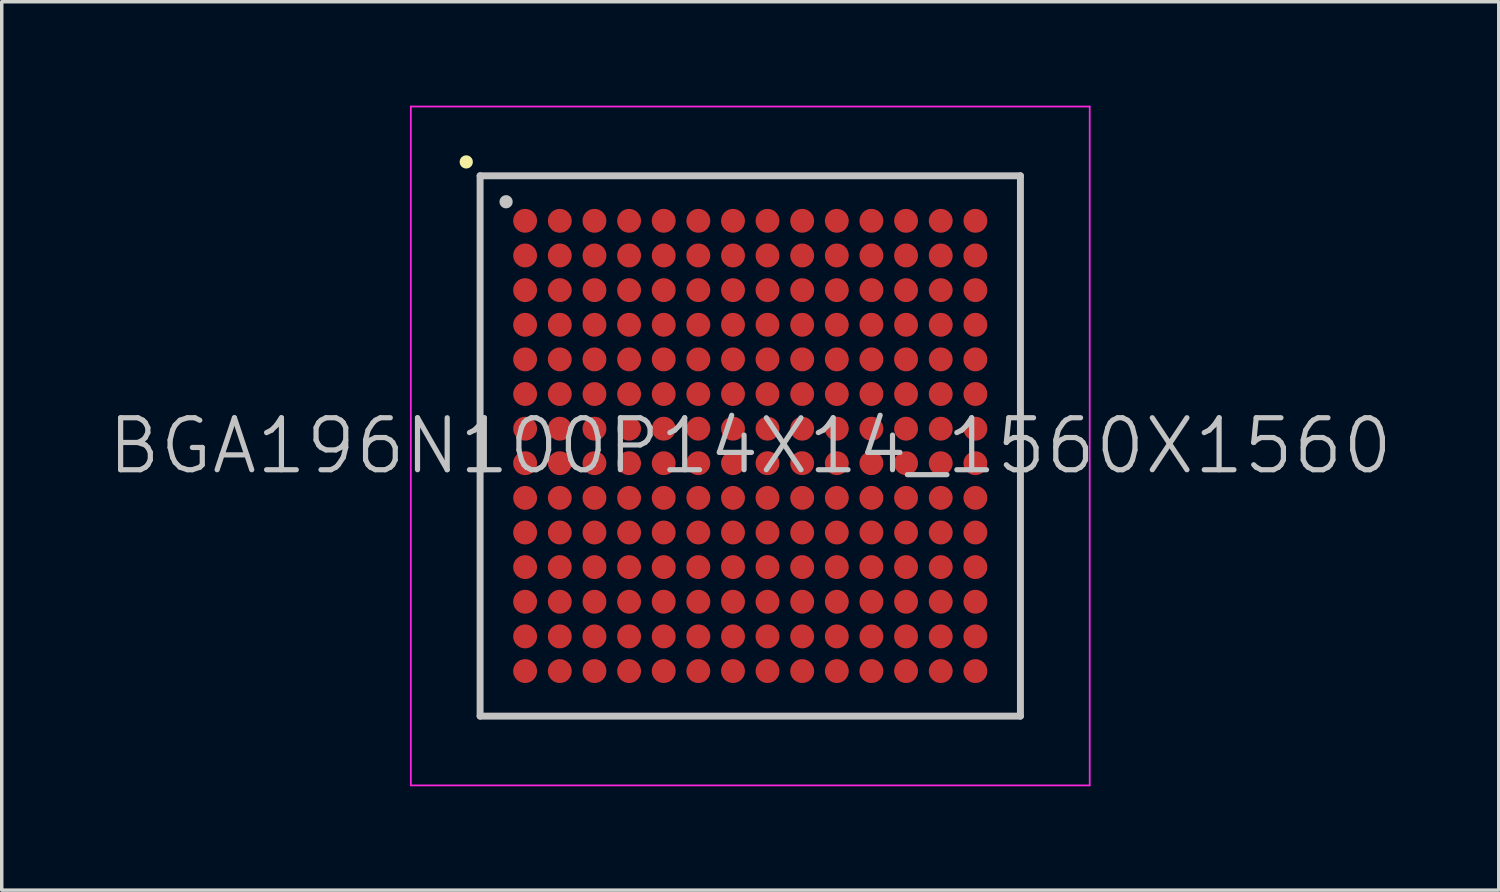
<source format=kicad_pcb>
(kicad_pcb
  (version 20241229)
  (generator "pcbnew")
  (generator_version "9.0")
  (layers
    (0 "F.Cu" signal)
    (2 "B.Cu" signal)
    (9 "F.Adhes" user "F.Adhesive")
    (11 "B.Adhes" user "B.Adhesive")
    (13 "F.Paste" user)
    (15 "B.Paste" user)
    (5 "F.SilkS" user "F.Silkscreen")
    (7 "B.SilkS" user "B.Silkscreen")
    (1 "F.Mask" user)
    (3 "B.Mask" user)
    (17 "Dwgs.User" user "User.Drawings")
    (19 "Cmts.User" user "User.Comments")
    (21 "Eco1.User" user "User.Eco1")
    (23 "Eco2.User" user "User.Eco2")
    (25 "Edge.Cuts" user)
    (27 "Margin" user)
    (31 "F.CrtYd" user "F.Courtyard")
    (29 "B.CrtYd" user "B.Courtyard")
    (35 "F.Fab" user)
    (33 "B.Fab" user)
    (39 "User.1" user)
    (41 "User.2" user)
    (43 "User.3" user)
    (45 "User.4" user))
  (footprint "BGA196N100P14X14_1560X1560"
    (layer "F.Cu")
    (at 18.611 9.825)
    (property "Reference" "BGA196N100P14X14_1560X1560" (at 0 0 0) (layer "Dwgs.User") (effects (font (size 1.5 1.5) (thickness 0.15))))
    (attr smd)
    (fp_line (start -8.2 -8.2) (end -8.2 -8.2) (stroke (width 0.381) (type solid)) (layer "F.SilkS"))
    (fp_line (start -7.8 -7.8) (end -7.8 7.8) (stroke (width 0.2) (type solid)) (layer "Dwgs.User"))
    (fp_line (start -7.8 -7.8) (end 7.8 -7.8) (stroke (width 0.2) (type solid)) (layer "Dwgs.User"))
    (fp_line (start -7.8 7.8) (end 7.8 7.8) (stroke (width 0.2) (type solid)) (layer "Dwgs.User"))
    (fp_line (start -7.05 -7.05) (end -7.05 -7.05) (stroke (width 0.381) (type solid)) (layer "Dwgs.User"))
    (fp_line (start 7.8 -7.8) (end 7.8 7.8) (stroke (width 0.2) (type solid)) (layer "Dwgs.User"))
    (fp_line (start -9.8 -9.8) (end -9.8 9.8) (stroke (width 0.05) (type solid)) (layer "F.CrtYd"))
    (fp_line (start -9.8 -9.8) (end 9.8 -9.8) (stroke (width 0.05) (type solid)) (layer "F.CrtYd"))
    (fp_line (start -9.8 9.8) (end 9.8 9.8) (stroke (width 0.05) (type solid)) (layer "F.CrtYd"))
    (fp_line (start 9.8 -9.8) (end 9.8 9.8) (stroke (width 0.05) (type solid)) (layer "F.CrtYd"))
    (pad "A1" smd circle (at -6.5 -6.5 270) (size 0.69 0.69) (layers "F.Cu" "F.Mask" "F.Paste"))
    (pad "A2" smd circle (at -5.499 -6.5 270) (size 0.69 0.69) (layers "F.Cu" "F.Mask" "F.Paste"))
    (pad "A3" smd circle (at -4.498 -6.5 270) (size 0.69 0.69) (layers "F.Cu" "F.Mask" "F.Paste"))
    (pad "A4" smd circle (at -3.498 -6.5 270) (size 0.69 0.69) (layers "F.Cu" "F.Mask" "F.Paste"))
    (pad "A5" smd circle (at -2.499 -6.5 270) (size 0.69 0.69) (layers "F.Cu" "F.Mask" "F.Paste"))
    (pad "A6" smd circle (at -1.499 -6.5 270) (size 0.69 0.69) (layers "F.Cu" "F.Mask" "F.Paste"))
    (pad "A7" smd circle (at -0.498 -6.5 270) (size 0.69 0.69) (layers "F.Cu" "F.Mask" "F.Paste"))
    (pad "A8" smd circle (at 0.498 -6.5 270) (size 0.69 0.69) (layers "F.Cu" "F.Mask" "F.Paste"))
    (pad "A9" smd circle (at 1.499 -6.5 270) (size 0.69 0.69) (layers "F.Cu" "F.Mask" "F.Paste"))
    (pad "A10" smd circle (at 2.499 -6.5 270) (size 0.69 0.69) (layers "F.Cu" "F.Mask" "F.Paste"))
    (pad "A11" smd circle (at 3.498 -6.5 270) (size 0.69 0.69) (layers "F.Cu" "F.Mask" "F.Paste"))
    (pad "A12" smd circle (at 4.498 -6.5 270) (size 0.69 0.69) (layers "F.Cu" "F.Mask" "F.Paste"))
    (pad "A13" smd circle (at 5.499 -6.5 270) (size 0.69 0.69) (layers "F.Cu" "F.Mask" "F.Paste"))
    (pad "A14" smd circle (at 6.5 -6.5 270) (size 0.69 0.69) (layers "F.Cu" "F.Mask" "F.Paste"))
    (pad "B1" smd circle (at -6.5 -5.499 270) (size 0.69 0.69) (layers "F.Cu" "F.Mask" "F.Paste"))
    (pad "B2" smd circle (at -5.499 -5.499 270) (size 0.69 0.69) (layers "F.Cu" "F.Mask" "F.Paste"))
    (pad "B3" smd circle (at -4.498 -5.499 270) (size 0.69 0.69) (layers "F.Cu" "F.Mask" "F.Paste"))
    (pad "B4" smd circle (at -3.498 -5.499 270) (size 0.69 0.69) (layers "F.Cu" "F.Mask" "F.Paste"))
    (pad "B5" smd circle (at -2.499 -5.499 270) (size 0.69 0.69) (layers "F.Cu" "F.Mask" "F.Paste"))
    (pad "B6" smd circle (at -1.499 -5.499 270) (size 0.69 0.69) (layers "F.Cu" "F.Mask" "F.Paste"))
    (pad "B7" smd circle (at -0.498 -5.499 270) (size 0.69 0.69) (layers "F.Cu" "F.Mask" "F.Paste"))
    (pad "B8" smd circle (at 0.498 -5.499 270) (size 0.69 0.69) (layers "F.Cu" "F.Mask" "F.Paste"))
    (pad "B9" smd circle (at 1.499 -5.499 270) (size 0.69 0.69) (layers "F.Cu" "F.Mask" "F.Paste"))
    (pad "B10" smd circle (at 2.499 -5.499 270) (size 0.69 0.69) (layers "F.Cu" "F.Mask" "F.Paste"))
    (pad "B11" smd circle (at 3.498 -5.499 270) (size 0.69 0.69) (layers "F.Cu" "F.Mask" "F.Paste"))
    (pad "B12" smd circle (at 4.498 -5.499 270) (size 0.69 0.69) (layers "F.Cu" "F.Mask" "F.Paste"))
    (pad "B13" smd circle (at 5.499 -5.499 270) (size 0.69 0.69) (layers "F.Cu" "F.Mask" "F.Paste"))
    (pad "B14" smd circle (at 6.5 -5.499 270) (size 0.69 0.69) (layers "F.Cu" "F.Mask" "F.Paste"))
    (pad "C1" smd circle (at -6.5 -4.498 270) (size 0.69 0.69) (layers "F.Cu" "F.Mask" "F.Paste"))
    (pad "C2" smd circle (at -5.499 -4.498 270) (size 0.69 0.69) (layers "F.Cu" "F.Mask" "F.Paste"))
    (pad "C3" smd circle (at -4.498 -4.498 270) (size 0.69 0.69) (layers "F.Cu" "F.Mask" "F.Paste"))
    (pad "C4" smd circle (at -3.498 -4.498 270) (size 0.69 0.69) (layers "F.Cu" "F.Mask" "F.Paste"))
    (pad "C5" smd circle (at -2.499 -4.498 270) (size 0.69 0.69) (layers "F.Cu" "F.Mask" "F.Paste"))
    (pad "C6" smd circle (at -1.499 -4.498 270) (size 0.69 0.69) (layers "F.Cu" "F.Mask" "F.Paste"))
    (pad "C7" smd circle (at -0.498 -4.498 270) (size 0.69 0.69) (layers "F.Cu" "F.Mask" "F.Paste"))
    (pad "C8" smd circle (at 0.498 -4.498 270) (size 0.69 0.69) (layers "F.Cu" "F.Mask" "F.Paste"))
    (pad "C9" smd circle (at 1.499 -4.498 270) (size 0.69 0.69) (layers "F.Cu" "F.Mask" "F.Paste"))
    (pad "C10" smd circle (at 2.499 -4.498 270) (size 0.69 0.69) (layers "F.Cu" "F.Mask" "F.Paste"))
    (pad "C11" smd circle (at 3.498 -4.498 270) (size 0.69 0.69) (layers "F.Cu" "F.Mask" "F.Paste"))
    (pad "C12" smd circle (at 4.498 -4.498 270) (size 0.69 0.69) (layers "F.Cu" "F.Mask" "F.Paste"))
    (pad "C13" smd circle (at 5.499 -4.498 270) (size 0.69 0.69) (layers "F.Cu" "F.Mask" "F.Paste"))
    (pad "C14" smd circle (at 6.5 -4.498 270) (size 0.69 0.69) (layers "F.Cu" "F.Mask" "F.Paste"))
    (pad "D1" smd circle (at -6.5 -3.498 270) (size 0.69 0.69) (layers "F.Cu" "F.Mask" "F.Paste"))
    (pad "D2" smd circle (at -5.499 -3.498 270) (size 0.69 0.69) (layers "F.Cu" "F.Mask" "F.Paste"))
    (pad "D3" smd circle (at -4.498 -3.498 270) (size 0.69 0.69) (layers "F.Cu" "F.Mask" "F.Paste"))
    (pad "D4" smd circle (at -3.498 -3.498 270) (size 0.69 0.69) (layers "F.Cu" "F.Mask" "F.Paste"))
    (pad "D5" smd circle (at -2.499 -3.498 270) (size 0.69 0.69) (layers "F.Cu" "F.Mask" "F.Paste"))
    (pad "D6" smd circle (at -1.499 -3.498 270) (size 0.69 0.69) (layers "F.Cu" "F.Mask" "F.Paste"))
    (pad "D7" smd circle (at -0.498 -3.498 270) (size 0.69 0.69) (layers "F.Cu" "F.Mask" "F.Paste"))
    (pad "D8" smd circle (at 0.498 -3.498 270) (size 0.69 0.69) (layers "F.Cu" "F.Mask" "F.Paste"))
    (pad "D9" smd circle (at 1.499 -3.498 270) (size 0.69 0.69) (layers "F.Cu" "F.Mask" "F.Paste"))
    (pad "D10" smd circle (at 2.499 -3.498 270) (size 0.69 0.69) (layers "F.Cu" "F.Mask" "F.Paste"))
    (pad "D11" smd circle (at 3.498 -3.498 270) (size 0.69 0.69) (layers "F.Cu" "F.Mask" "F.Paste"))
    (pad "D12" smd circle (at 4.498 -3.498 270) (size 0.69 0.69) (layers "F.Cu" "F.Mask" "F.Paste"))
    (pad "D13" smd circle (at 5.499 -3.498 270) (size 0.69 0.69) (layers "F.Cu" "F.Mask" "F.Paste"))
    (pad "D14" smd circle (at 6.5 -3.498 270) (size 0.69 0.69) (layers "F.Cu" "F.Mask" "F.Paste"))
    (pad "E1" smd circle (at -6.5 -2.499 270) (size 0.69 0.69) (layers "F.Cu" "F.Mask" "F.Paste"))
    (pad "E2" smd circle (at -5.499 -2.499 270) (size 0.69 0.69) (layers "F.Cu" "F.Mask" "F.Paste"))
    (pad "E3" smd circle (at -4.498 -2.499 270) (size 0.69 0.69) (layers "F.Cu" "F.Mask" "F.Paste"))
    (pad "E4" smd circle (at -3.498 -2.499 270) (size 0.69 0.69) (layers "F.Cu" "F.Mask" "F.Paste"))
    (pad "E5" smd circle (at -2.499 -2.499 270) (size 0.69 0.69) (layers "F.Cu" "F.Mask" "F.Paste"))
    (pad "E6" smd circle (at -1.499 -2.499 270) (size 0.69 0.69) (layers "F.Cu" "F.Mask" "F.Paste"))
    (pad "E7" smd circle (at -0.498 -2.499 270) (size 0.69 0.69) (layers "F.Cu" "F.Mask" "F.Paste"))
    (pad "E8" smd circle (at 0.498 -2.499 270) (size 0.69 0.69) (layers "F.Cu" "F.Mask" "F.Paste"))
    (pad "E9" smd circle (at 1.499 -2.499 270) (size 0.69 0.69) (layers "F.Cu" "F.Mask" "F.Paste"))
    (pad "E10" smd circle (at 2.499 -2.499 270) (size 0.69 0.69) (layers "F.Cu" "F.Mask" "F.Paste"))
    (pad "E11" smd circle (at 3.498 -2.499 270) (size 0.69 0.69) (layers "F.Cu" "F.Mask" "F.Paste"))
    (pad "E12" smd circle (at 4.498 -2.499 270) (size 0.69 0.69) (layers "F.Cu" "F.Mask" "F.Paste"))
    (pad "E13" smd circle (at 5.499 -2.499 270) (size 0.69 0.69) (layers "F.Cu" "F.Mask" "F.Paste"))
    (pad "E14" smd circle (at 6.5 -2.499 270) (size 0.69 0.69) (layers "F.Cu" "F.Mask" "F.Paste"))
    (pad "F1" smd circle (at -6.5 -1.499 270) (size 0.69 0.69) (layers "F.Cu" "F.Mask" "F.Paste"))
    (pad "F2" smd circle (at -5.499 -1.499 270) (size 0.69 0.69) (layers "F.Cu" "F.Mask" "F.Paste"))
    (pad "F3" smd circle (at -4.498 -1.499 270) (size 0.69 0.69) (layers "F.Cu" "F.Mask" "F.Paste"))
    (pad "F4" smd circle (at -3.498 -1.499 270) (size 0.69 0.69) (layers "F.Cu" "F.Mask" "F.Paste"))
    (pad "F5" smd circle (at -2.499 -1.499 270) (size 0.69 0.69) (layers "F.Cu" "F.Mask" "F.Paste"))
    (pad "F6" smd circle (at -1.499 -1.499 270) (size 0.69 0.69) (layers "F.Cu" "F.Mask" "F.Paste"))
    (pad "F7" smd circle (at -0.498 -1.499 270) (size 0.69 0.69) (layers "F.Cu" "F.Mask" "F.Paste"))
    (pad "F8" smd circle (at 0.498 -1.499 270) (size 0.69 0.69) (layers "F.Cu" "F.Mask" "F.Paste"))
    (pad "F9" smd circle (at 1.499 -1.499 270) (size 0.69 0.69) (layers "F.Cu" "F.Mask" "F.Paste"))
    (pad "F10" smd circle (at 2.499 -1.499 270) (size 0.69 0.69) (layers "F.Cu" "F.Mask" "F.Paste"))
    (pad "F11" smd circle (at 3.498 -1.499 270) (size 0.69 0.69) (layers "F.Cu" "F.Mask" "F.Paste"))
    (pad "F12" smd circle (at 4.498 -1.499 270) (size 0.69 0.69) (layers "F.Cu" "F.Mask" "F.Paste"))
    (pad "F13" smd circle (at 5.499 -1.499 270) (size 0.69 0.69) (layers "F.Cu" "F.Mask" "F.Paste"))
    (pad "F14" smd circle (at 6.5 -1.499 270) (size 0.69 0.69) (layers "F.Cu" "F.Mask" "F.Paste"))
    (pad "G1" smd circle (at -6.5 -0.498 270) (size 0.69 0.69) (layers "F.Cu" "F.Mask" "F.Paste"))
    (pad "G2" smd circle (at -5.499 -0.498 270) (size 0.69 0.69) (layers "F.Cu" "F.Mask" "F.Paste"))
    (pad "G3" smd circle (at -4.498 -0.498 270) (size 0.69 0.69) (layers "F.Cu" "F.Mask" "F.Paste"))
    (pad "G4" smd circle (at -3.498 -0.498 270) (size 0.69 0.69) (layers "F.Cu" "F.Mask" "F.Paste"))
    (pad "G5" smd circle (at -2.499 -0.498 270) (size 0.69 0.69) (layers "F.Cu" "F.Mask" "F.Paste"))
    (pad "G6" smd circle (at -1.499 -0.498 270) (size 0.69 0.69) (layers "F.Cu" "F.Mask" "F.Paste"))
    (pad "G7" smd circle (at -0.498 -0.498 270) (size 0.69 0.69) (layers "F.Cu" "F.Mask" "F.Paste"))
    (pad "G8" smd circle (at 0.498 -0.498 270) (size 0.69 0.69) (layers "F.Cu" "F.Mask" "F.Paste"))
    (pad "G9" smd circle (at 1.499 -0.498 270) (size 0.69 0.69) (layers "F.Cu" "F.Mask" "F.Paste"))
    (pad "G10" smd circle (at 2.499 -0.498 270) (size 0.69 0.69) (layers "F.Cu" "F.Mask" "F.Paste"))
    (pad "G11" smd circle (at 3.498 -0.498 270) (size 0.69 0.69) (layers "F.Cu" "F.Mask" "F.Paste"))
    (pad "G12" smd circle (at 4.498 -0.498 270) (size 0.69 0.69) (layers "F.Cu" "F.Mask" "F.Paste"))
    (pad "G13" smd circle (at 5.499 -0.498 270) (size 0.69 0.69) (layers "F.Cu" "F.Mask" "F.Paste"))
    (pad "G14" smd circle (at 6.5 -0.498 270) (size 0.69 0.69) (layers "F.Cu" "F.Mask" "F.Paste"))
    (pad "H1" smd circle (at -6.5 0.498 270) (size 0.69 0.69) (layers "F.Cu" "F.Mask" "F.Paste"))
    (pad "H2" smd circle (at -5.499 0.498 270) (size 0.69 0.69) (layers "F.Cu" "F.Mask" "F.Paste"))
    (pad "H3" smd circle (at -4.498 0.498 270) (size 0.69 0.69) (layers "F.Cu" "F.Mask" "F.Paste"))
    (pad "H4" smd circle (at -3.498 0.498 270) (size 0.69 0.69) (layers "F.Cu" "F.Mask" "F.Paste"))
    (pad "H5" smd circle (at -2.499 0.498 270) (size 0.69 0.69) (layers "F.Cu" "F.Mask" "F.Paste"))
    (pad "H6" smd circle (at -1.499 0.498 270) (size 0.69 0.69) (layers "F.Cu" "F.Mask" "F.Paste"))
    (pad "H7" smd circle (at -0.498 0.498 270) (size 0.69 0.69) (layers "F.Cu" "F.Mask" "F.Paste"))
    (pad "H8" smd circle (at 0.498 0.498 270) (size 0.69 0.69) (layers "F.Cu" "F.Mask" "F.Paste"))
    (pad "H9" smd circle (at 1.499 0.498 270) (size 0.69 0.69) (layers "F.Cu" "F.Mask" "F.Paste"))
    (pad "H10" smd circle (at 2.499 0.498 270) (size 0.69 0.69) (layers "F.Cu" "F.Mask" "F.Paste"))
    (pad "H11" smd circle (at 3.498 0.498 270) (size 0.69 0.69) (layers "F.Cu" "F.Mask" "F.Paste"))
    (pad "H12" smd circle (at 4.498 0.498 270) (size 0.69 0.69) (layers "F.Cu" "F.Mask" "F.Paste"))
    (pad "H13" smd circle (at 5.499 0.498 270) (size 0.69 0.69) (layers "F.Cu" "F.Mask" "F.Paste"))
    (pad "H14" smd circle (at 6.5 0.498 270) (size 0.69 0.69) (layers "F.Cu" "F.Mask" "F.Paste"))
    (pad "J1" smd circle (at -6.5 1.499 270) (size 0.69 0.69) (layers "F.Cu" "F.Mask" "F.Paste"))
    (pad "J2" smd circle (at -5.499 1.499 270) (size 0.69 0.69) (layers "F.Cu" "F.Mask" "F.Paste"))
    (pad "J3" smd circle (at -4.498 1.499 270) (size 0.69 0.69) (layers "F.Cu" "F.Mask" "F.Paste"))
    (pad "J4" smd circle (at -3.498 1.499 270) (size 0.69 0.69) (layers "F.Cu" "F.Mask" "F.Paste"))
    (pad "J5" smd circle (at -2.499 1.499 270) (size 0.69 0.69) (layers "F.Cu" "F.Mask" "F.Paste"))
    (pad "J6" smd circle (at -1.499 1.499 270) (size 0.69 0.69) (layers "F.Cu" "F.Mask" "F.Paste"))
    (pad "J7" smd circle (at -0.498 1.499 270) (size 0.69 0.69) (layers "F.Cu" "F.Mask" "F.Paste"))
    (pad "J8" smd circle (at 0.498 1.499 270) (size 0.69 0.69) (layers "F.Cu" "F.Mask" "F.Paste"))
    (pad "J9" smd circle (at 1.499 1.499 270) (size 0.69 0.69) (layers "F.Cu" "F.Mask" "F.Paste"))
    (pad "J10" smd circle (at 2.499 1.499 270) (size 0.69 0.69) (layers "F.Cu" "F.Mask" "F.Paste"))
    (pad "J11" smd circle (at 3.498 1.499 270) (size 0.69 0.69) (layers "F.Cu" "F.Mask" "F.Paste"))
    (pad "J12" smd circle (at 4.498 1.499 270) (size 0.69 0.69) (layers "F.Cu" "F.Mask" "F.Paste"))
    (pad "J13" smd circle (at 5.499 1.499 270) (size 0.69 0.69) (layers "F.Cu" "F.Mask" "F.Paste"))
    (pad "J14" smd circle (at 6.5 1.499 270) (size 0.69 0.69) (layers "F.Cu" "F.Mask" "F.Paste"))
    (pad "K1" smd circle (at -6.5 2.499 270) (size 0.69 0.69) (layers "F.Cu" "F.Mask" "F.Paste"))
    (pad "K2" smd circle (at -5.499 2.499 270) (size 0.69 0.69) (layers "F.Cu" "F.Mask" "F.Paste"))
    (pad "K3" smd circle (at -4.498 2.499 270) (size 0.69 0.69) (layers "F.Cu" "F.Mask" "F.Paste"))
    (pad "K4" smd circle (at -3.498 2.499 270) (size 0.69 0.69) (layers "F.Cu" "F.Mask" "F.Paste"))
    (pad "K5" smd circle (at -2.499 2.499 270) (size 0.69 0.69) (layers "F.Cu" "F.Mask" "F.Paste"))
    (pad "K6" smd circle (at -1.499 2.499 270) (size 0.69 0.69) (layers "F.Cu" "F.Mask" "F.Paste"))
    (pad "K7" smd circle (at -0.498 2.499 270) (size 0.69 0.69) (layers "F.Cu" "F.Mask" "F.Paste"))
    (pad "K8" smd circle (at 0.498 2.499 270) (size 0.69 0.69) (layers "F.Cu" "F.Mask" "F.Paste"))
    (pad "K9" smd circle (at 1.499 2.499 270) (size 0.69 0.69) (layers "F.Cu" "F.Mask" "F.Paste"))
    (pad "K10" smd circle (at 2.499 2.499 270) (size 0.69 0.69) (layers "F.Cu" "F.Mask" "F.Paste"))
    (pad "K11" smd circle (at 3.498 2.499 270) (size 0.69 0.69) (layers "F.Cu" "F.Mask" "F.Paste"))
    (pad "K12" smd circle (at 4.498 2.499 270) (size 0.69 0.69) (layers "F.Cu" "F.Mask" "F.Paste"))
    (pad "K13" smd circle (at 5.499 2.499 270) (size 0.69 0.69) (layers "F.Cu" "F.Mask" "F.Paste"))
    (pad "K14" smd circle (at 6.5 2.499 270) (size 0.69 0.69) (layers "F.Cu" "F.Mask" "F.Paste"))
    (pad "L1" smd circle (at -6.5 3.498 270) (size 0.69 0.69) (layers "F.Cu" "F.Mask" "F.Paste"))
    (pad "L2" smd circle (at -5.499 3.498 270) (size 0.69 0.69) (layers "F.Cu" "F.Mask" "F.Paste"))
    (pad "L3" smd circle (at -4.498 3.498 270) (size 0.69 0.69) (layers "F.Cu" "F.Mask" "F.Paste"))
    (pad "L4" smd circle (at -3.498 3.498 270) (size 0.69 0.69) (layers "F.Cu" "F.Mask" "F.Paste"))
    (pad "L5" smd circle (at -2.499 3.498 270) (size 0.69 0.69) (layers "F.Cu" "F.Mask" "F.Paste"))
    (pad "L6" smd circle (at -1.499 3.498 270) (size 0.69 0.69) (layers "F.Cu" "F.Mask" "F.Paste"))
    (pad "L7" smd circle (at -0.498 3.498 270) (size 0.69 0.69) (layers "F.Cu" "F.Mask" "F.Paste"))
    (pad "L8" smd circle (at 0.498 3.498 270) (size 0.69 0.69) (layers "F.Cu" "F.Mask" "F.Paste"))
    (pad "L9" smd circle (at 1.499 3.498 270) (size 0.69 0.69) (layers "F.Cu" "F.Mask" "F.Paste"))
    (pad "L10" smd circle (at 2.499 3.498 270) (size 0.69 0.69) (layers "F.Cu" "F.Mask" "F.Paste"))
    (pad "L11" smd circle (at 3.498 3.498 270) (size 0.69 0.69) (layers "F.Cu" "F.Mask" "F.Paste"))
    (pad "L12" smd circle (at 4.498 3.498 270) (size 0.69 0.69) (layers "F.Cu" "F.Mask" "F.Paste"))
    (pad "L13" smd circle (at 5.499 3.498 270) (size 0.69 0.69) (layers "F.Cu" "F.Mask" "F.Paste"))
    (pad "L14" smd circle (at 6.5 3.498 270) (size 0.69 0.69) (layers "F.Cu" "F.Mask" "F.Paste"))
    (pad "M1" smd circle (at -6.5 4.498 270) (size 0.69 0.69) (layers "F.Cu" "F.Mask" "F.Paste"))
    (pad "M2" smd circle (at -5.499 4.498 270) (size 0.69 0.69) (layers "F.Cu" "F.Mask" "F.Paste"))
    (pad "M3" smd circle (at -4.498 4.498 270) (size 0.69 0.69) (layers "F.Cu" "F.Mask" "F.Paste"))
    (pad "M4" smd circle (at -3.498 4.498 270) (size 0.69 0.69) (layers "F.Cu" "F.Mask" "F.Paste"))
    (pad "M5" smd circle (at -2.499 4.498 270) (size 0.69 0.69) (layers "F.Cu" "F.Mask" "F.Paste"))
    (pad "M6" smd circle (at -1.499 4.498 270) (size 0.69 0.69) (layers "F.Cu" "F.Mask" "F.Paste"))
    (pad "M7" smd circle (at -0.498 4.498 270) (size 0.69 0.69) (layers "F.Cu" "F.Mask" "F.Paste"))
    (pad "M8" smd circle (at 0.498 4.498 270) (size 0.69 0.69) (layers "F.Cu" "F.Mask" "F.Paste"))
    (pad "M9" smd circle (at 1.499 4.498 270) (size 0.69 0.69) (layers "F.Cu" "F.Mask" "F.Paste"))
    (pad "M10" smd circle (at 2.499 4.498 270) (size 0.69 0.69) (layers "F.Cu" "F.Mask" "F.Paste"))
    (pad "M11" smd circle (at 3.498 4.498 270) (size 0.69 0.69) (layers "F.Cu" "F.Mask" "F.Paste"))
    (pad "M12" smd circle (at 4.498 4.498 270) (size 0.69 0.69) (layers "F.Cu" "F.Mask" "F.Paste"))
    (pad "M13" smd circle (at 5.499 4.498 270) (size 0.69 0.69) (layers "F.Cu" "F.Mask" "F.Paste"))
    (pad "M14" smd circle (at 6.5 4.498 270) (size 0.69 0.69) (layers "F.Cu" "F.Mask" "F.Paste"))
    (pad "N1" smd circle (at -6.5 5.499 270) (size 0.69 0.69) (layers "F.Cu" "F.Mask" "F.Paste"))
    (pad "N2" smd circle (at -5.499 5.499 270) (size 0.69 0.69) (layers "F.Cu" "F.Mask" "F.Paste"))
    (pad "N3" smd circle (at -4.498 5.499 270) (size 0.69 0.69) (layers "F.Cu" "F.Mask" "F.Paste"))
    (pad "N4" smd circle (at -3.498 5.499 270) (size 0.69 0.69) (layers "F.Cu" "F.Mask" "F.Paste"))
    (pad "N5" smd circle (at -2.499 5.499 270) (size 0.69 0.69) (layers "F.Cu" "F.Mask" "F.Paste"))
    (pad "N6" smd circle (at -1.499 5.499 270) (size 0.69 0.69) (layers "F.Cu" "F.Mask" "F.Paste"))
    (pad "N7" smd circle (at -0.498 5.499 270) (size 0.69 0.69) (layers "F.Cu" "F.Mask" "F.Paste"))
    (pad "N8" smd circle (at 0.498 5.499 270) (size 0.69 0.69) (layers "F.Cu" "F.Mask" "F.Paste"))
    (pad "N9" smd circle (at 1.499 5.499 270) (size 0.69 0.69) (layers "F.Cu" "F.Mask" "F.Paste"))
    (pad "N10" smd circle (at 2.499 5.499 270) (size 0.69 0.69) (layers "F.Cu" "F.Mask" "F.Paste"))
    (pad "N11" smd circle (at 3.498 5.499 270) (size 0.69 0.69) (layers "F.Cu" "F.Mask" "F.Paste"))
    (pad "N12" smd circle (at 4.498 5.499 270) (size 0.69 0.69) (layers "F.Cu" "F.Mask" "F.Paste"))
    (pad "N13" smd circle (at 5.499 5.499 270) (size 0.69 0.69) (layers "F.Cu" "F.Mask" "F.Paste"))
    (pad "N14" smd circle (at 6.5 5.499 270) (size 0.69 0.69) (layers "F.Cu" "F.Mask" "F.Paste"))
    (pad "P1" smd circle (at -6.5 6.5 270) (size 0.69 0.69) (layers "F.Cu" "F.Mask" "F.Paste"))
    (pad "P2" smd circle (at -5.499 6.5 270) (size 0.69 0.69) (layers "F.Cu" "F.Mask" "F.Paste"))
    (pad "P3" smd circle (at -4.498 6.5 270) (size 0.69 0.69) (layers "F.Cu" "F.Mask" "F.Paste"))
    (pad "P4" smd circle (at -3.498 6.5 270) (size 0.69 0.69) (layers "F.Cu" "F.Mask" "F.Paste"))
    (pad "P5" smd circle (at -2.499 6.5 270) (size 0.69 0.69) (layers "F.Cu" "F.Mask" "F.Paste"))
    (pad "P6" smd circle (at -1.499 6.5 270) (size 0.69 0.69) (layers "F.Cu" "F.Mask" "F.Paste"))
    (pad "P7" smd circle (at -0.498 6.5 270) (size 0.69 0.69) (layers "F.Cu" "F.Mask" "F.Paste"))
    (pad "P8" smd circle (at 0.498 6.5 270) (size 0.69 0.69) (layers "F.Cu" "F.Mask" "F.Paste"))
    (pad "P9" smd circle (at 1.499 6.5 270) (size 0.69 0.69) (layers "F.Cu" "F.Mask" "F.Paste"))
    (pad "P10" smd circle (at 2.499 6.5 270) (size 0.69 0.69) (layers "F.Cu" "F.Mask" "F.Paste"))
    (pad "P11" smd circle (at 3.498 6.5 270) (size 0.69 0.69) (layers "F.Cu" "F.Mask" "F.Paste"))
    (pad "P12" smd circle (at 4.498 6.5 270) (size 0.69 0.69) (layers "F.Cu" "F.Mask" "F.Paste"))
    (pad "P13" smd circle (at 5.499 6.5 270) (size 0.69 0.69) (layers "F.Cu" "F.Mask" "F.Paste"))
    (pad "P14" smd circle (at 6.5 6.5 270) (size 0.69 0.69) (layers "F.Cu" "F.Mask" "F.Paste")))
  (gr_rect
    (start -3 -3)
    (end 40.221 22.65)
    (stroke (width 0.1) (type default))
    (fill no)
    (layer "Edge.Cuts")))
</source>
